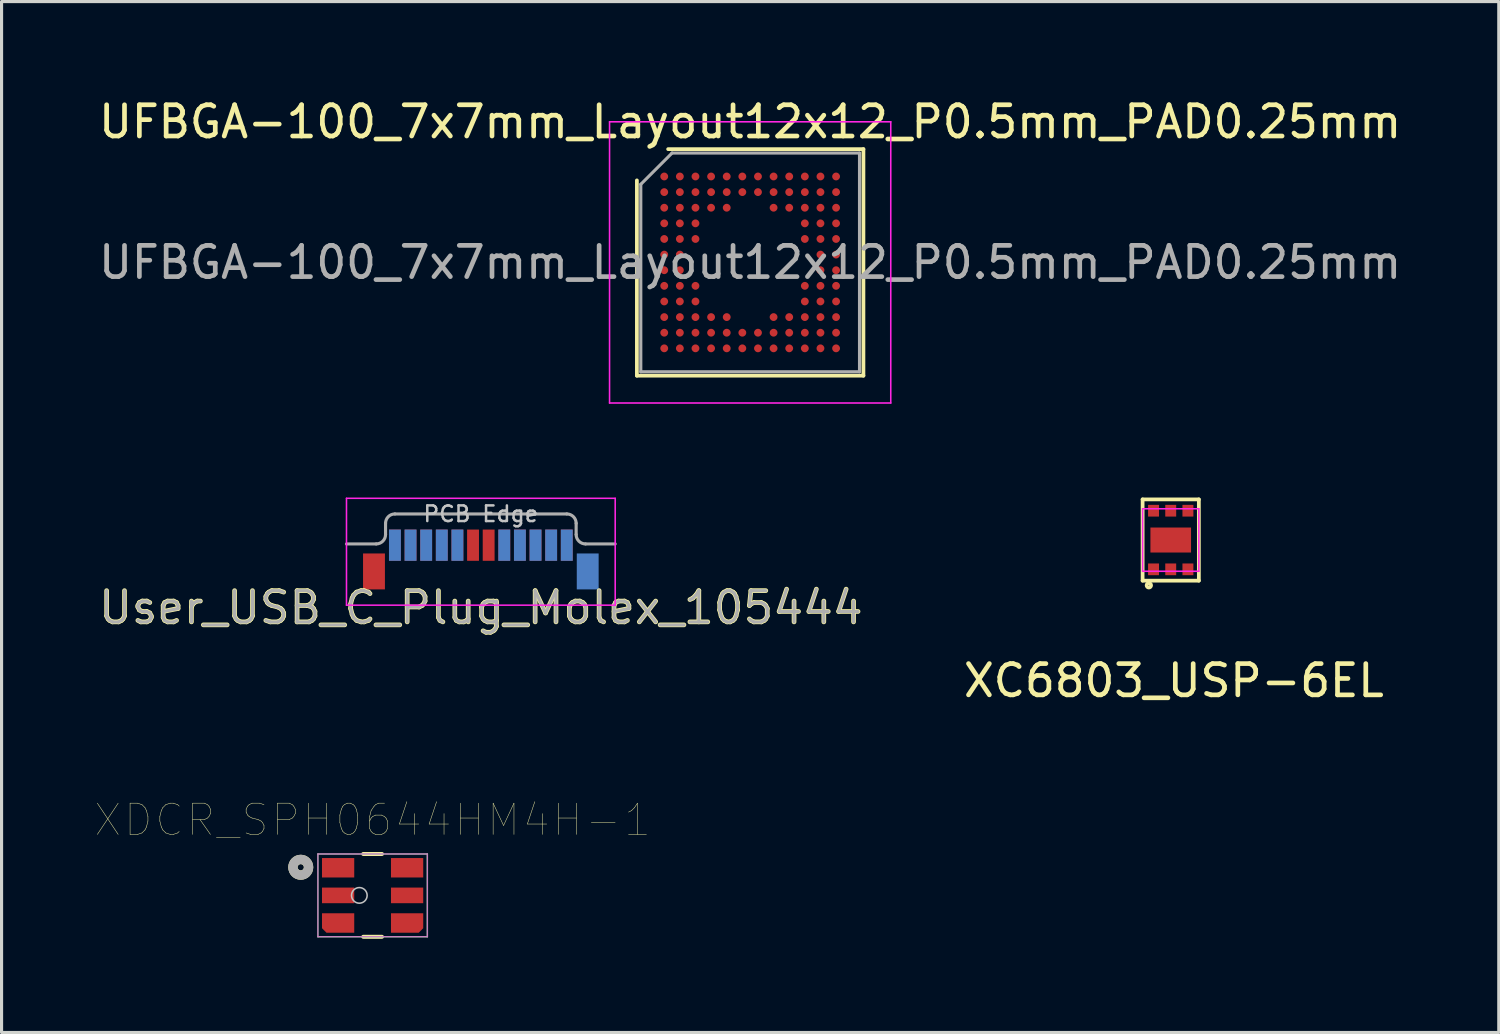
<source format=kicad_pcb>
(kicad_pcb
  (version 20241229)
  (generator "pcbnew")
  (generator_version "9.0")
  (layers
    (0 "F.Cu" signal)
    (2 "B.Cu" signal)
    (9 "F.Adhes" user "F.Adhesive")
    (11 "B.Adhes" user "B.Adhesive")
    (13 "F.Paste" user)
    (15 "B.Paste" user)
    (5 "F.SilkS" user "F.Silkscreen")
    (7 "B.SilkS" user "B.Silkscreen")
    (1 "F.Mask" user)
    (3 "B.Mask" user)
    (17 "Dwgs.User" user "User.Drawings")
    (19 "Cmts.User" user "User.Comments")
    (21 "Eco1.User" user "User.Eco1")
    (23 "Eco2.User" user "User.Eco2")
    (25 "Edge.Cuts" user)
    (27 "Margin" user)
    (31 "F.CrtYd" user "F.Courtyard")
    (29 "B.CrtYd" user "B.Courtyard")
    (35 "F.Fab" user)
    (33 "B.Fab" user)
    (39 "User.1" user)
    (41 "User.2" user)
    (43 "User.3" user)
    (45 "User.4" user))
  (footprint "XDCR_SPH0644HM4H-1"
    (layer "F.Cu")
    (at 8.875 25.606)
    (property "Reference" "XDCR_SPH0644HM4H-1" (at 0 -2.413 0) (layer "F.SilkS") (effects (font (size 1 1) (thickness 0.015))))
    (attr through_hole)
    (fp_poly (pts (xy -1.62 1.051) (xy -1.62 0.573) (xy -0.588 0.573) (xy -0.588 1.195) (xy -1.476 1.195)) (stroke (width 0.0001) (type solid)) (fill yes) (layer "F.Cu"))
    (fp_poly (pts (xy 1.62 1.051) (xy 1.62 0.573) (xy 0.588 0.573) (xy 0.588 1.195) (xy 1.476 1.195)) (stroke (width 0.0001) (type solid)) (fill yes) (layer "F.Cu"))
    (fp_poly (pts (xy -1.72 1.065) (xy -1.72 0.473) (xy -0.488 0.473) (xy -0.488 1.295) (xy -1.49 1.295)) (stroke (width 0.0001) (type solid)) (fill yes) (layer "F.Mask"))
    (fp_poly (pts (xy 1.72 1.065) (xy 1.72 0.473) (xy 0.488 0.473) (xy 0.488 1.295) (xy 1.49 1.295)) (stroke (width 0.0001) (type solid)) (fill yes) (layer "F.Mask"))
    (fp_line (start -0.3 -1.325) (end 0.3 -1.325) (stroke (width 0.127) (type solid)) (layer "F.SilkS"))
    (fp_line (start -0.3 1.325) (end 0.3 1.325) (stroke (width 0.127) (type solid)) (layer "F.SilkS"))
    (fp_circle (center -2.3 -0.9) (end -2.2 -0.9) (stroke (width 0.3) (type solid)) (fill no) (layer "F.SilkS"))
    (fp_poly (pts (xy -1.62 1.051) (xy -1.62 0.573) (xy -0.588 0.573) (xy -0.588 1.195) (xy -1.476 1.195)) (stroke (width 0.0001) (type solid)) (fill yes) (layer "F.Paste"))
    (fp_poly (pts (xy 1.62 1.051) (xy 1.62 0.573) (xy 0.588 0.573) (xy 0.588 1.195) (xy 1.476 1.195)) (stroke (width 0.0001) (type solid)) (fill yes) (layer "F.Paste"))
    (fp_circle (center -0.425 0) (end -0.175 0) (stroke (width 0.05) (type solid)) (fill no) (layer "Dwgs.User"))
    (fp_line (start -1.75 -1.325) (end 1.75 -1.325) (stroke (width 0.01) (type solid)) (layer "F.CrtYd"))
    (fp_line (start -1.75 1.325) (end -1.75 -1.325) (stroke (width 0.01) (type solid)) (layer "F.CrtYd"))
    (fp_line (start 1.75 -1.325) (end 1.75 1.325) (stroke (width 0.01) (type solid)) (layer "F.CrtYd"))
    (fp_line (start 1.75 1.325) (end -1.75 1.325) (stroke (width 0.01) (type solid)) (layer "F.CrtYd"))
    (fp_line (start -1.75 -1.325) (end 1.75 -1.325) (stroke (width 0.05) (type solid)) (layer "F.Fab"))
    (fp_line (start -1.75 1.325) (end -1.75 -1.325) (stroke (width 0.05) (type solid)) (layer "F.Fab"))
    (fp_line (start 1.75 -1.325) (end 1.75 1.325) (stroke (width 0.05) (type solid)) (layer "F.Fab"))
    (fp_line (start 1.75 1.325) (end -1.75 1.325) (stroke (width 0.05) (type solid)) (layer "F.Fab"))
    (fp_circle (center -2.3 -0.9) (end -2.2 -0.9) (stroke (width 0.3) (type solid)) (fill no) (layer "F.Fab"))
    (pad "1" smd rect (at -1.104 -0.884) (size 1.032 0.622) (layers "F.Cu" "F.Mask" "F.Paste"))
    (pad "2" smd rect (at -1.104 0) (size 1.032 0.5) (layers "F.Cu" "F.Mask" "F.Paste"))
    (pad "3" smd rect (at -1.104 0.884) (size 0.2 0.2) (layers "F.Cu"))
    (pad "4" smd rect (at 1.104 0.884) (size 0.2 0.2) (layers "F.Cu"))
    (pad "5" smd rect (at 1.104 0) (size 1.032 0.5) (layers "F.Cu" "F.Mask" "F.Paste"))
    (pad "6" smd rect (at 1.104 -0.884) (size 1.032 0.622) (layers "F.Cu" "F.Mask" "F.Paste")))
  (footprint "User_USB_C_Plug_Molex_105444"
    (layer "F.Cu")
    (at 12.339 14.358)
    (property "Reference" "User_USB_C_Plug_Molex_105444" (at 0 2.04 0) (layer "F.SilkS") (effects (font (size 1 1) (thickness 0.15))))
    (attr smd)
    (fp_line (start -4.3 1.96) (end -4.3 -1.46) (stroke (width 0.05) (type solid)) (layer "F.CrtYd"))
    (fp_line (start 4.3 -1.46) (end -4.3 -1.46) (stroke (width 0.05) (type solid)) (layer "F.CrtYd"))
    (fp_line (start 4.3 1.96) (end -4.3 1.96) (stroke (width 0.05) (type solid)) (layer "F.CrtYd"))
    (fp_line (start 4.3 1.96) (end 4.3 -1.46) (stroke (width 0.05) (type solid)) (layer "F.CrtYd"))
    (fp_line (start -3.35 0) (end -4.3 0) (stroke (width 0.1) (type solid)) (layer "F.Fab"))
    (fp_line (start -3.05 -0.66) (end -3.05 -0.3) (stroke (width 0.1) (type solid)) (layer "F.Fab"))
    (fp_line (start -2.75 -0.96) (end 2.75 -0.96) (stroke (width 0.1) (type solid)) (layer "F.Fab"))
    (fp_line (start 3.05 -0.66) (end 3.05 -0.3) (stroke (width 0.1) (type solid)) (layer "F.Fab"))
    (fp_line (start 3.35 0) (end 4.3 0) (stroke (width 0.1) (type solid)) (layer "F.Fab"))
    (fp_arc (start -3.05 -0.66) (mid -2.962132 -0.872132) (end -2.75 -0.96) (stroke (width 0.1) (type solid)) (layer "F.Fab"))
    (fp_arc (start -3.05 -0.3) (mid -3.137868 -0.087868) (end -3.35 0) (stroke (width 0.1) (type solid)) (layer "F.Fab"))
    (fp_arc (start 2.75 -0.96) (mid 2.962132 -0.872132) (end 3.05 -0.66) (stroke (width 0.1) (type solid)) (layer "F.Fab"))
    (fp_arc (start 3.35 0) (mid 3.137868 -0.087868) (end 3.05 -0.3) (stroke (width 0.1) (type solid)) (layer "F.Fab"))
    (fp_text user "PCB Edge" (at 0 -0.96 0) (layer "Dwgs.User") (effects (font (size 0.5 0.5) (thickness 0.08))))
    (fp_text user "${REFERENCE}" (at 0 2.04 0) (layer "F.Fab") (effects (font (size 1 1) (thickness 0.1))))
    (pad "A1" smd rect (at -2.75 0.04) (size 0.38 1) (layers "F.Cu" "F.Mask" "F.Paste"))
    (pad "A2" smd rect (at -2.25 0.04) (size 0.38 1) (layers "F.Cu" "F.Mask" "F.Paste"))
    (pad "A3" smd rect (at -1.75 0.04) (size 0.38 1) (layers "F.Cu" "F.Mask" "F.Paste"))
    (pad "A4" smd rect (at -1.25 0.04) (size 0.38 1) (layers "F.Cu" "F.Mask" "F.Paste"))
    (pad "A5" smd rect (at -0.75 0.04) (size 0.38 1) (layers "F.Cu" "F.Mask" "F.Paste"))
    (pad "A6" smd rect (at -0.25 0.04) (size 0.38 1) (layers "F.Cu" "F.Mask" "F.Paste"))
    (pad "A7" smd rect (at 0.25 0.04) (size 0.38 1) (layers "F.Cu" "F.Mask" "F.Paste"))
    (pad "A8" smd rect (at 0.75 0.04) (size 0.38 1) (layers "F.Cu" "F.Mask" "F.Paste"))
    (pad "A9" smd rect (at 1.25 0.04) (size 0.38 1) (layers "F.Cu" "F.Mask" "F.Paste"))
    (pad "A10" smd rect (at 1.75 0.04) (size 0.38 1) (layers "F.Cu" "F.Mask" "F.Paste"))
    (pad "A11" smd rect (at 2.25 0.04) (size 0.38 1) (layers "F.Cu" "F.Mask" "F.Paste"))
    (pad "A12" smd rect (at 2.75 0.04) (size 0.38 1) (layers "F.Cu" "F.Mask" "F.Paste"))
    (pad "B1" smd rect (at 2.75 0.04) (size 0.38 1) (layers "B.Cu" "B.Mask" "B.Paste"))
    (pad "B2" smd rect (at 2.25 0.04) (size 0.38 1) (layers "B.Cu" "B.Mask" "B.Paste"))
    (pad "B3" smd rect (at 1.75 0.04) (size 0.38 1) (layers "B.Cu" "B.Mask" "B.Paste"))
    (pad "B4" smd rect (at 1.25 0.04) (size 0.38 1) (layers "B.Cu" "B.Mask" "B.Paste"))
    (pad "B5" smd rect (at 0.75 0.04) (size 0.38 1) (layers "B.Cu" "B.Mask" "B.Paste"))
    (pad "B8" smd rect (at -0.75 0.04) (size 0.38 1) (layers "B.Cu" "B.Mask" "B.Paste"))
    (pad "B9" smd rect (at -1.25 0.04) (size 0.38 1) (layers "B.Cu" "B.Mask" "B.Paste"))
    (pad "B10" smd rect (at -1.75 0.04) (size 0.38 1) (layers "B.Cu" "B.Mask" "B.Paste"))
    (pad "B11" smd rect (at -2.25 0.04) (size 0.38 1) (layers "B.Cu" "B.Mask" "B.Paste"))
    (pad "B12" smd rect (at -2.75 0.04) (size 0.38 1) (layers "B.Cu" "B.Mask" "B.Paste"))
    (pad "S1" smd rect (at -3.42 0.88) (size 0.7 1.15) (layers "F.Cu" "F.Mask" "F.Paste"))
    (pad "S1" smd rect (at 3.42 0.88) (size 0.7 1.15) (layers "B.Cu" "B.Mask" "B.Paste")))
  (footprint "XC6803_USP-6EL"
    (layer "F.Cu")
    (at 34.418 14.233)
    (property "Reference" "XC6803_USP-6EL" (at 0.1 4.5 0) (layer "F.SilkS") (effects (font (size 1 1) (thickness 0.15))))
    (attr through_hole)
    (fp_line (start -0.9 -1.3) (end 0.9 -1.3) (stroke (width 0.12) (type solid)) (layer "F.SilkS"))
    (fp_line (start -0.9 1.3) (end -0.9 -1.3) (stroke (width 0.12) (type solid)) (layer "F.SilkS"))
    (fp_line (start 0.9 -1.3) (end 0.9 1.3) (stroke (width 0.12) (type solid)) (layer "F.SilkS"))
    (fp_line (start 0.9 1.3) (end -0.9 1.3) (stroke (width 0.12) (type solid)) (layer "F.SilkS"))
    (fp_circle (center -0.7 1.45) (end -0.65 1.4) (stroke (width 0.12) (type solid)) (fill no) (layer "F.SilkS"))
    (fp_line (start -0.9 -1) (end 0.9 -1) (stroke (width 0.05) (type solid)) (layer "F.CrtYd"))
    (fp_line (start -0.9 1) (end -0.9 -1) (stroke (width 0.05) (type solid)) (layer "F.CrtYd"))
    (fp_line (start 0.9 -1) (end 0.9 1) (stroke (width 0.05) (type solid)) (layer "F.CrtYd"))
    (fp_line (start 0.9 1) (end -0.9 1) (stroke (width 0.05) (type solid)) (layer "F.CrtYd"))
    (pad "1" smd rect (at -0.55 0.938) (size 0.35 0.375) (layers "F.Cu" "F.Mask" "F.Paste"))
    (pad "2" smd rect (at 0 0.938) (size 0.35 0.375) (layers "F.Cu" "F.Mask" "F.Paste"))
    (pad "3" smd rect (at 0.55 0.938) (size 0.35 0.375) (layers "F.Cu" "F.Mask" "F.Paste"))
    (pad "4" smd rect (at 0.55 -0.938) (size 0.35 0.375) (layers "F.Cu" "F.Mask" "F.Paste"))
    (pad "5" smd rect (at 0 -0.938) (size 0.35 0.375) (layers "F.Cu" "F.Mask" "F.Paste"))
    (pad "6" smd rect (at -0.55 -0.938) (size 0.35 0.375) (layers "F.Cu" "F.Mask" "F.Paste"))
    (pad "7" smd rect (at 0 0) (size 1.3 0.8) (layers "F.Cu" "F.Mask" "F.Paste")))
  (footprint "UFBGA-100_7x7mm_Layout12x12_P0.5mm_PAD0.25mm"
    (layer "F.Cu")
    (at 20.958 5.348)
    (property "Reference" "UFBGA-100_7x7mm_Layout12x12_P0.5mm_PAD0.25mm" (at 0 -4.5 0) (layer "F.SilkS") (effects (font (size 1 1) (thickness 0.15))))
    (attr smd)
    (fp_line (start -3.625 3.625) (end -3.625 -2.625) (stroke (width 0.12) (type solid)) (layer "F.SilkS"))
    (fp_line (start -2.625 -3.625) (end 3.625 -3.625) (stroke (width 0.12) (type solid)) (layer "F.SilkS"))
    (fp_line (start 3.625 -3.625) (end 3.625 3.625) (stroke (width 0.12) (type solid)) (layer "F.SilkS"))
    (fp_line (start 3.625 3.625) (end -3.625 3.625) (stroke (width 0.12) (type solid)) (layer "F.SilkS"))
    (fp_line (start -4.5 -4.5) (end -4.5 4.5) (stroke (width 0.05) (type solid)) (layer "F.CrtYd"))
    (fp_line (start -4.5 4.5) (end 4.5 4.5) (stroke (width 0.05) (type solid)) (layer "F.CrtYd"))
    (fp_line (start 4.5 -4.5) (end -4.5 -4.5) (stroke (width 0.05) (type solid)) (layer "F.CrtYd"))
    (fp_line (start 4.5 4.5) (end 4.5 -4.5) (stroke (width 0.05) (type solid)) (layer "F.CrtYd"))
    (fp_line (start -3.5 -2.5) (end -2.5 -3.5) (stroke (width 0.1) (type solid)) (layer "F.Fab"))
    (fp_line (start -3.5 3.5) (end -3.5 -2.5) (stroke (width 0.1) (type solid)) (layer "F.Fab"))
    (fp_line (start -2.5 -3.5) (end 3.5 -3.5) (stroke (width 0.1) (type solid)) (layer "F.Fab"))
    (fp_line (start 3.5 -3.5) (end 3.5 3.5) (stroke (width 0.1) (type solid)) (layer "F.Fab"))
    (fp_line (start 3.5 3.5) (end -3.5 3.5) (stroke (width 0.1) (type solid)) (layer "F.Fab"))
    (fp_text user "${REFERENCE}" (at 0 0 0) (layer "F.Fab") (effects (font (size 1 1) (thickness 0.15))))
    (pad "A1" smd circle (at -2.75 -2.75) (size 0.25 0.25) (layers "F.Cu" "F.Mask" "F.Paste"))
    (pad "A2" smd circle (at -2.25 -2.75) (size 0.25 0.25) (layers "F.Cu" "F.Mask" "F.Paste"))
    (pad "A3" smd circle (at -1.75 -2.75) (size 0.25 0.25) (layers "F.Cu" "F.Mask" "F.Paste"))
    (pad "A4" smd circle (at -1.25 -2.75) (size 0.25 0.25) (layers "F.Cu" "F.Mask" "F.Paste"))
    (pad "A5" smd circle (at -0.75 -2.75) (size 0.25 0.25) (layers "F.Cu" "F.Mask" "F.Paste"))
    (pad "A6" smd circle (at -0.25 -2.75) (size 0.25 0.25) (layers "F.Cu" "F.Mask" "F.Paste"))
    (pad "A7" smd circle (at 0.25 -2.75) (size 0.25 0.25) (layers "F.Cu" "F.Mask" "F.Paste"))
    (pad "A8" smd circle (at 0.75 -2.75) (size 0.25 0.25) (layers "F.Cu" "F.Mask" "F.Paste"))
    (pad "A9" smd circle (at 1.25 -2.75) (size 0.25 0.25) (layers "F.Cu" "F.Mask" "F.Paste"))
    (pad "A10" smd circle (at 1.75 -2.75) (size 0.25 0.25) (layers "F.Cu" "F.Mask" "F.Paste"))
    (pad "A11" smd circle (at 2.25 -2.75) (size 0.25 0.25) (layers "F.Cu" "F.Mask" "F.Paste"))
    (pad "A12" smd circle (at 2.75 -2.75) (size 0.25 0.25) (layers "F.Cu" "F.Mask" "F.Paste"))
    (pad "B1" smd circle (at -2.75 -2.25) (size 0.25 0.25) (layers "F.Cu" "F.Mask" "F.Paste"))
    (pad "B2" smd circle (at -2.25 -2.25) (size 0.25 0.25) (layers "F.Cu" "F.Mask" "F.Paste"))
    (pad "B3" smd circle (at -1.75 -2.25) (size 0.25 0.25) (layers "F.Cu" "F.Mask" "F.Paste"))
    (pad "B4" smd circle (at -1.25 -2.25) (size 0.25 0.25) (layers "F.Cu" "F.Mask" "F.Paste"))
    (pad "B5" smd circle (at -0.75 -2.25) (size 0.25 0.25) (layers "F.Cu" "F.Mask" "F.Paste"))
    (pad "B6" smd circle (at -0.25 -2.25) (size 0.25 0.25) (layers "F.Cu" "F.Mask" "F.Paste"))
    (pad "B7" smd circle (at 0.25 -2.25) (size 0.25 0.25) (layers "F.Cu" "F.Mask" "F.Paste"))
    (pad "B8" smd circle (at 0.75 -2.25) (size 0.25 0.25) (layers "F.Cu" "F.Mask" "F.Paste"))
    (pad "B9" smd circle (at 1.25 -2.25) (size 0.25 0.25) (layers "F.Cu" "F.Mask" "F.Paste"))
    (pad "B10" smd circle (at 1.75 -2.25) (size 0.25 0.25) (layers "F.Cu" "F.Mask" "F.Paste"))
    (pad "B11" smd circle (at 2.25 -2.25) (size 0.25 0.25) (layers "F.Cu" "F.Mask" "F.Paste"))
    (pad "B12" smd circle (at 2.75 -2.25) (size 0.25 0.25) (layers "F.Cu" "F.Mask" "F.Paste"))
    (pad "C1" smd circle (at -2.75 -1.75) (size 0.25 0.25) (layers "F.Cu" "F.Mask" "F.Paste"))
    (pad "C2" smd circle (at -2.25 -1.75) (size 0.25 0.25) (layers "F.Cu" "F.Mask" "F.Paste"))
    (pad "C3" smd circle (at -1.75 -1.75) (size 0.25 0.25) (layers "F.Cu" "F.Mask" "F.Paste"))
    (pad "C4" smd circle (at -1.25 -1.75) (size 0.25 0.25) (layers "F.Cu" "F.Mask" "F.Paste"))
    (pad "C5" smd circle (at -0.75 -1.75) (size 0.25 0.25) (layers "F.Cu" "F.Mask" "F.Paste"))
    (pad "C8" smd circle (at 0.75 -1.75) (size 0.25 0.25) (layers "F.Cu" "F.Mask" "F.Paste"))
    (pad "C9" smd circle (at 1.25 -1.75) (size 0.25 0.25) (layers "F.Cu" "F.Mask" "F.Paste"))
    (pad "C10" smd circle (at 1.75 -1.75) (size 0.25 0.25) (layers "F.Cu" "F.Mask" "F.Paste"))
    (pad "C11" smd circle (at 2.25 -1.75) (size 0.25 0.25) (layers "F.Cu" "F.Mask" "F.Paste"))
    (pad "C12" smd circle (at 2.75 -1.75) (size 0.25 0.25) (layers "F.Cu" "F.Mask" "F.Paste"))
    (pad "D1" smd circle (at -2.75 -1.25) (size 0.25 0.25) (layers "F.Cu" "F.Mask" "F.Paste"))
    (pad "D2" smd circle (at -2.25 -1.25) (size 0.25 0.25) (layers "F.Cu" "F.Mask" "F.Paste"))
    (pad "D3" smd circle (at -1.75 -1.25) (size 0.25 0.25) (layers "F.Cu" "F.Mask" "F.Paste"))
    (pad "D10" smd circle (at 1.75 -1.25) (size 0.25 0.25) (layers "F.Cu" "F.Mask" "F.Paste"))
    (pad "D11" smd circle (at 2.25 -1.25) (size 0.25 0.25) (layers "F.Cu" "F.Mask" "F.Paste"))
    (pad "D12" smd circle (at 2.75 -1.25) (size 0.25 0.25) (layers "F.Cu" "F.Mask" "F.Paste"))
    (pad "E1" smd circle (at -2.75 -0.75) (size 0.25 0.25) (layers "F.Cu" "F.Mask" "F.Paste"))
    (pad "E2" smd circle (at -2.25 -0.75) (size 0.25 0.25) (layers "F.Cu" "F.Mask" "F.Paste"))
    (pad "E3" smd circle (at -1.75 -0.75) (size 0.25 0.25) (layers "F.Cu" "F.Mask" "F.Paste"))
    (pad "E10" smd circle (at 1.75 -0.75) (size 0.25 0.25) (layers "F.Cu" "F.Mask" "F.Paste"))
    (pad "E11" smd circle (at 2.25 -0.75) (size 0.25 0.25) (layers "F.Cu" "F.Mask" "F.Paste"))
    (pad "E12" smd circle (at 2.75 -0.75) (size 0.25 0.25) (layers "F.Cu" "F.Mask" "F.Paste"))
    (pad "F1" smd circle (at -2.75 -0.25) (size 0.25 0.25) (layers "F.Cu" "F.Mask" "F.Paste"))
    (pad "F2" smd circle (at -2.25 -0.25) (size 0.25 0.25) (layers "F.Cu" "F.Mask" "F.Paste"))
    (pad "F11" smd circle (at 2.25 -0.25) (size 0.25 0.25) (layers "F.Cu" "F.Mask" "F.Paste"))
    (pad "F12" smd circle (at 2.75 -0.25) (size 0.25 0.25) (layers "F.Cu" "F.Mask" "F.Paste"))
    (pad "G1" smd circle (at -2.75 0.25) (size 0.25 0.25) (layers "F.Cu" "F.Mask" "F.Paste"))
    (pad "G2" smd circle (at -2.25 0.25) (size 0.25 0.25) (layers "F.Cu" "F.Mask" "F.Paste"))
    (pad "G11" smd circle (at 2.25 0.25) (size 0.25 0.25) (layers "F.Cu" "F.Mask" "F.Paste"))
    (pad "G12" smd circle (at 2.75 0.25) (size 0.25 0.25) (layers "F.Cu" "F.Mask" "F.Paste"))
    (pad "H1" smd circle (at -2.75 0.75) (size 0.25 0.25) (layers "F.Cu" "F.Mask" "F.Paste"))
    (pad "H2" smd circle (at -2.25 0.75) (size 0.25 0.25) (layers "F.Cu" "F.Mask" "F.Paste"))
    (pad "H3" smd circle (at -1.75 0.75) (size 0.25 0.25) (layers "F.Cu" "F.Mask" "F.Paste"))
    (pad "H10" smd circle (at 1.75 0.75) (size 0.25 0.25) (layers "F.Cu" "F.Mask" "F.Paste"))
    (pad "H11" smd circle (at 2.25 0.75) (size 0.25 0.25) (layers "F.Cu" "F.Mask" "F.Paste"))
    (pad "H12" smd circle (at 2.75 0.75) (size 0.25 0.25) (layers "F.Cu" "F.Mask" "F.Paste"))
    (pad "J1" smd circle (at -2.75 1.25) (size 0.25 0.25) (layers "F.Cu" "F.Mask" "F.Paste"))
    (pad "J2" smd circle (at -2.25 1.25) (size 0.25 0.25) (layers "F.Cu" "F.Mask" "F.Paste"))
    (pad "J3" smd circle (at -1.75 1.25) (size 0.25 0.25) (layers "F.Cu" "F.Mask" "F.Paste"))
    (pad "J10" smd circle (at 1.75 1.25) (size 0.25 0.25) (layers "F.Cu" "F.Mask" "F.Paste"))
    (pad "J11" smd circle (at 2.25 1.25) (size 0.25 0.25) (layers "F.Cu" "F.Mask" "F.Paste"))
    (pad "J12" smd circle (at 2.75 1.25) (size 0.25 0.25) (layers "F.Cu" "F.Mask" "F.Paste"))
    (pad "K1" smd circle (at -2.75 1.75) (size 0.25 0.25) (layers "F.Cu" "F.Mask" "F.Paste"))
    (pad "K2" smd circle (at -2.25 1.75) (size 0.25 0.25) (layers "F.Cu" "F.Mask" "F.Paste"))
    (pad "K3" smd circle (at -1.75 1.75) (size 0.25 0.25) (layers "F.Cu" "F.Mask" "F.Paste"))
    (pad "K4" smd circle (at -1.25 1.75) (size 0.25 0.25) (layers "F.Cu" "F.Mask" "F.Paste"))
    (pad "K5" smd circle (at -0.75 1.75) (size 0.25 0.25) (layers "F.Cu" "F.Mask" "F.Paste"))
    (pad "K8" smd circle (at 0.75 1.75) (size 0.25 0.25) (layers "F.Cu" "F.Mask" "F.Paste"))
    (pad "K9" smd circle (at 1.25 1.75) (size 0.25 0.25) (layers "F.Cu" "F.Mask" "F.Paste"))
    (pad "K10" smd circle (at 1.75 1.75) (size 0.25 0.25) (layers "F.Cu" "F.Mask" "F.Paste"))
    (pad "K11" smd circle (at 2.25 1.75) (size 0.25 0.25) (layers "F.Cu" "F.Mask" "F.Paste"))
    (pad "K12" smd circle (at 2.75 1.75) (size 0.25 0.25) (layers "F.Cu" "F.Mask" "F.Paste"))
    (pad "L1" smd circle (at -2.75 2.25) (size 0.25 0.25) (layers "F.Cu" "F.Mask" "F.Paste"))
    (pad "L2" smd circle (at -2.25 2.25) (size 0.25 0.25) (layers "F.Cu" "F.Mask" "F.Paste"))
    (pad "L3" smd circle (at -1.75 2.25) (size 0.25 0.25) (layers "F.Cu" "F.Mask" "F.Paste"))
    (pad "L4" smd circle (at -1.25 2.25) (size 0.25 0.25) (layers "F.Cu" "F.Mask" "F.Paste"))
    (pad "L5" smd circle (at -0.75 2.25) (size 0.25 0.25) (layers "F.Cu" "F.Mask" "F.Paste"))
    (pad "L6" smd circle (at -0.25 2.25) (size 0.25 0.25) (layers "F.Cu" "F.Mask" "F.Paste"))
    (pad "L7" smd circle (at 0.25 2.25) (size 0.25 0.25) (layers "F.Cu" "F.Mask" "F.Paste"))
    (pad "L8" smd circle (at 0.75 2.25) (size 0.25 0.25) (layers "F.Cu" "F.Mask" "F.Paste"))
    (pad "L9" smd circle (at 1.25 2.25) (size 0.25 0.25) (layers "F.Cu" "F.Mask" "F.Paste"))
    (pad "L10" smd circle (at 1.75 2.25) (size 0.25 0.25) (layers "F.Cu" "F.Mask" "F.Paste"))
    (pad "L11" smd circle (at 2.25 2.25) (size 0.25 0.25) (layers "F.Cu" "F.Mask" "F.Paste"))
    (pad "L12" smd circle (at 2.75 2.25) (size 0.25 0.25) (layers "F.Cu" "F.Mask" "F.Paste"))
    (pad "M1" smd circle (at -2.75 2.75) (size 0.25 0.25) (layers "F.Cu" "F.Mask" "F.Paste"))
    (pad "M2" smd circle (at -2.25 2.75) (size 0.25 0.25) (layers "F.Cu" "F.Mask" "F.Paste"))
    (pad "M3" smd circle (at -1.75 2.75) (size 0.25 0.25) (layers "F.Cu" "F.Mask" "F.Paste"))
    (pad "M4" smd circle (at -1.25 2.75) (size 0.25 0.25) (layers "F.Cu" "F.Mask" "F.Paste"))
    (pad "M5" smd circle (at -0.75 2.75) (size 0.25 0.25) (layers "F.Cu" "F.Mask" "F.Paste"))
    (pad "M6" smd circle (at -0.25 2.75) (size 0.25 0.25) (layers "F.Cu" "F.Mask" "F.Paste"))
    (pad "M7" smd circle (at 0.25 2.75) (size 0.25 0.25) (layers "F.Cu" "F.Mask" "F.Paste"))
    (pad "M8" smd circle (at 0.75 2.75) (size 0.25 0.25) (layers "F.Cu" "F.Mask" "F.Paste"))
    (pad "M9" smd circle (at 1.25 2.75) (size 0.25 0.25) (layers "F.Cu" "F.Mask" "F.Paste"))
    (pad "M10" smd circle (at 1.75 2.75) (size 0.25 0.25) (layers "F.Cu" "F.Mask" "F.Paste"))
    (pad "M11" smd circle (at 2.25 2.75) (size 0.25 0.25) (layers "F.Cu" "F.Mask" "F.Paste"))
    (pad "M12" smd circle (at 2.75 2.75) (size 0.25 0.25) (layers "F.Cu" "F.Mask" "F.Paste")))
  (gr_rect
    (start -3 -3)
    (end 44.917 29.994)
    (stroke (width 0.1) (type default))
    (fill no)
    (layer "Edge.Cuts")))
</source>
